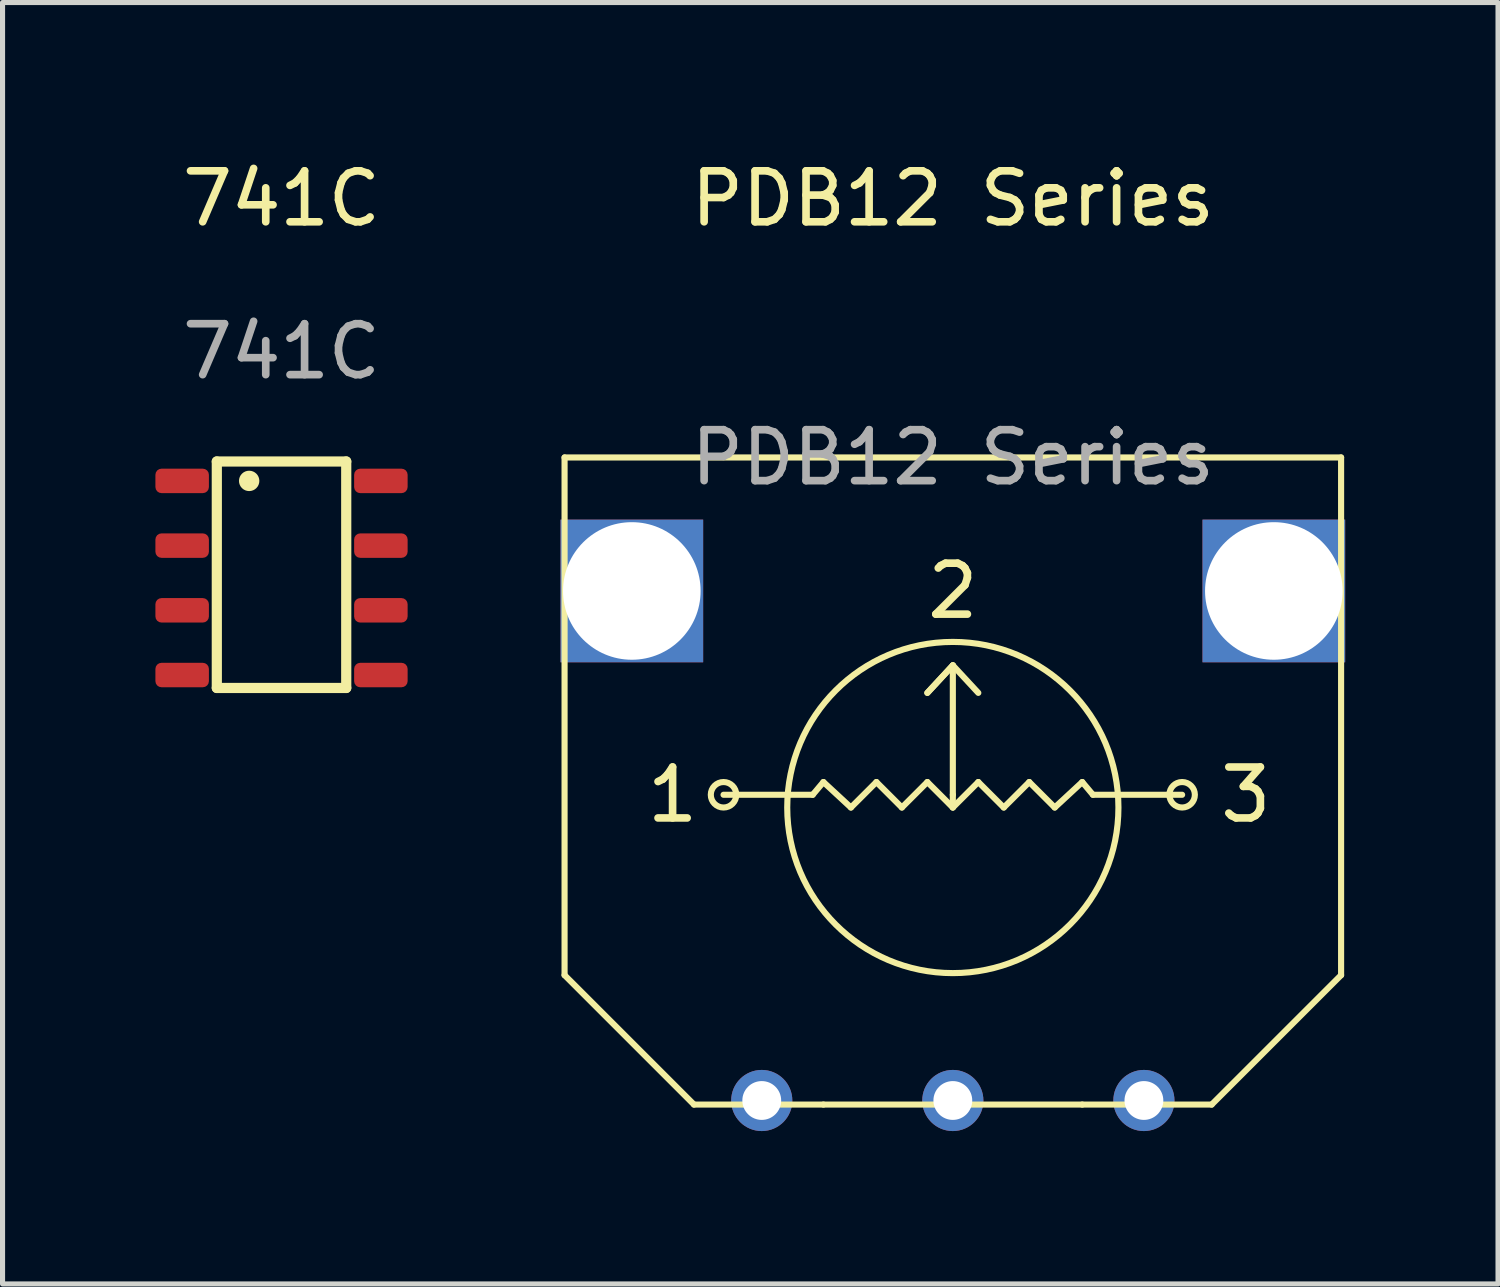
<source format=kicad_pcb>
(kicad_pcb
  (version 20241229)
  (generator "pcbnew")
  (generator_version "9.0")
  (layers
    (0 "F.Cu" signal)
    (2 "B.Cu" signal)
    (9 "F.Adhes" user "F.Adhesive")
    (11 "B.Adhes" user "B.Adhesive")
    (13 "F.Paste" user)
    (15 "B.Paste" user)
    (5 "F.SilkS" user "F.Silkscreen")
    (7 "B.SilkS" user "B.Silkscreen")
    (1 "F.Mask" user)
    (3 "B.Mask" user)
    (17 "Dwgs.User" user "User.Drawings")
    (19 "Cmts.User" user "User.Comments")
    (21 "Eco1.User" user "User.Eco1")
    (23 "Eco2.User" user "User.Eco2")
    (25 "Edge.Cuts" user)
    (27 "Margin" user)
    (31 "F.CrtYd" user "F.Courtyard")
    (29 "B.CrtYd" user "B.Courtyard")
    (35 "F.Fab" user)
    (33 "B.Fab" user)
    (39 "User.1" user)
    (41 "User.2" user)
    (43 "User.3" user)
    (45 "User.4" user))
  (footprint "741C"
    (layer "F.Cu")
    (at 2.475 8.293)
    (property "Reference" "741C" (at 0 -7.445 0) (unlocked yes) (layer "F.SilkS") (effects (font (size 1 1) (thickness 0.15))))
    (attr smd)
    (fp_line (start -1.27 -2.286) (end 1.27 -2.286) (stroke (width 0.2) (type solid)) (layer "F.SilkS"))
    (fp_line (start -1.27 2.159) (end -1.27 -2.286) (stroke (width 0.2) (type solid)) (layer "F.SilkS"))
    (fp_line (start 1.27 -2.286) (end 1.27 2.159) (stroke (width 0.2) (type solid)) (layer "F.SilkS"))
    (fp_line (start 1.27 2.159) (end -1.27 2.159) (stroke (width 0.2) (type solid)) (layer "F.SilkS"))
    (fp_circle (center -0.635 -1.905) (end -0.535 -1.905) (stroke (width 0.2) (type solid)) (fill yes) (layer "F.SilkS"))
    (fp_text user "${REFERENCE}" (at 0 -4.445 0) (unlocked yes) (layer "F.Fab") (effects (font (size 1 1) (thickness 0.15))))
    (pad "1" smd roundrect (at -1.95 -1.905) (size 1.05 0.48) (layers "F.Cu" "F.Mask" "F.Paste") (roundrect_rratio 0.25))
    (pad "2" smd roundrect (at -1.95 -0.635) (size 1.05 0.48) (layers "F.Cu" "F.Mask" "F.Paste") (roundrect_rratio 0.25))
    (pad "3" smd roundrect (at -1.95 0.635) (size 1.05 0.48) (layers "F.Cu" "F.Mask" "F.Paste") (roundrect_rratio 0.25))
    (pad "4" smd roundrect (at -1.95 1.905) (size 1.05 0.48) (layers "F.Cu" "F.Mask" "F.Paste") (roundrect_rratio 0.25))
    (pad "5" smd roundrect (at 1.95 1.905) (size 1.05 0.48) (layers "F.Cu" "F.Mask" "F.Paste") (roundrect_rratio 0.25))
    (pad "6" smd roundrect (at 1.95 0.635) (size 1.05 0.48) (layers "F.Cu" "F.Mask" "F.Paste") (roundrect_rratio 0.25))
    (pad "7" smd roundrect (at 1.95 -0.635) (size 1.05 0.48) (layers "F.Cu" "F.Mask" "F.Paste") (roundrect_rratio 0.25))
    (pad "8" smd roundrect (at 1.95 -1.905) (size 1.05 0.48) (layers "F.Cu" "F.Mask" "F.Paste") (roundrect_rratio 0.25)))
  (footprint "PDB12 Series"
    (layer "F.Cu")
    (at 15.65 13.548)
    (property "Reference" "PDB12 Series" (at 0 -12.7 0) (unlocked yes) (layer "F.SilkS") (effects (font (size 1 1) (thickness 0.15))))
    (attr through_hole)
    (fp_line (start -7.62 -7.62) (end -7.62 2.54) (stroke (width 0.12) (type solid)) (layer "F.SilkS"))
    (fp_line (start -7.62 2.54) (end -5.08 5.08) (stroke (width 0.12) (type solid)) (layer "F.SilkS"))
    (fp_line (start -5.08 5.08) (end -2.54 5.08) (stroke (width 0.12) (type solid)) (layer "F.SilkS"))
    (fp_line (start -2.75 -1) (end -4.5 -1) (stroke (width 0.12) (type solid)) (layer "F.SilkS"))
    (fp_line (start -2.54 -1.25) (end -2.75 -1) (stroke (width 0.12) (type solid)) (layer "F.SilkS"))
    (fp_line (start -2.54 5.08) (end 2.54 5.08) (stroke (width 0.12) (type solid)) (layer "F.SilkS"))
    (fp_line (start -2 -0.75) (end -2.54 -1.25) (stroke (width 0.12) (type solid)) (layer "F.SilkS"))
    (fp_line (start -1.5 -1.25) (end -2 -0.75) (stroke (width 0.12) (type solid)) (layer "F.SilkS"))
    (fp_line (start -1 -0.75) (end -1.5 -1.25) (stroke (width 0.12) (type solid)) (layer "F.SilkS"))
    (fp_line (start -0.5 -3) (end 0 -3.54) (stroke (width 0.12) (type solid)) (layer "F.SilkS"))
    (fp_line (start -0.5 -1.25) (end -1 -0.75) (stroke (width 0.12) (type solid)) (layer "F.SilkS"))
    (fp_line (start 0 -3.54) (end -0.5 -3) (stroke (width 0.12) (type solid)) (layer "F.SilkS"))
    (fp_line (start 0 -3.54) (end 0.5 -3) (stroke (width 0.12) (type solid)) (layer "F.SilkS"))
    (fp_line (start 0 -1) (end 0 -3.54) (stroke (width 0.12) (type solid)) (layer "F.SilkS"))
    (fp_line (start 0 -1) (end 0 -0.75) (stroke (width 0.12) (type solid)) (layer "F.SilkS"))
    (fp_line (start 0 -0.75) (end -0.5 -1.25) (stroke (width 0.12) (type solid)) (layer "F.SilkS"))
    (fp_line (start 0 -0.75) (end 0.5 -1.25) (stroke (width 0.12) (type solid)) (layer "F.SilkS"))
    (fp_line (start 0.5 -1.25) (end 1 -0.75) (stroke (width 0.12) (type solid)) (layer "F.SilkS"))
    (fp_line (start 1 -0.75) (end 1.5 -1.25) (stroke (width 0.12) (type solid)) (layer "F.SilkS"))
    (fp_line (start 1.5 -1.25) (end 2 -0.75) (stroke (width 0.12) (type solid)) (layer "F.SilkS"))
    (fp_line (start 2 -0.75) (end 2.54 -1.25) (stroke (width 0.12) (type solid)) (layer "F.SilkS"))
    (fp_line (start 2.54 -1.25) (end 2.75 -1) (stroke (width 0.12) (type solid)) (layer "F.SilkS"))
    (fp_line (start 2.54 5.08) (end 5.08 5.08) (stroke (width 0.12) (type solid)) (layer "F.SilkS"))
    (fp_line (start 2.75 -1) (end 4.5 -1) (stroke (width 0.12) (type solid)) (layer "F.SilkS"))
    (fp_line (start 5.08 5.08) (end 7.62 2.54) (stroke (width 0.12) (type solid)) (layer "F.SilkS"))
    (fp_line (start 7.62 -7.62) (end -7.62 -7.62) (stroke (width 0.12) (type solid)) (layer "F.SilkS"))
    (fp_line (start 7.62 2.54) (end 7.62 -7.62) (stroke (width 0.12) (type solid)) (layer "F.SilkS"))
    (fp_circle (center -4.5 -1) (end -4.75 -1) (stroke (width 0.12) (type solid)) (fill no) (layer "F.SilkS"))
    (fp_circle (center 0 -0.75) (end 0 -4) (stroke (width 0.12) (type solid)) (fill no) (layer "F.SilkS"))
    (fp_circle (center 4.5 -1) (end 4.75 -1) (stroke (width 0.12) (type solid)) (fill no) (layer "F.SilkS"))
    (fp_text user "1" (at -5.5 -1 0) (unlocked yes) (layer "F.SilkS") (effects (font (size 1 1) (thickness 0.15))))
    (fp_text user "3" (at 5.75 -1 0) (unlocked yes) (layer "F.SilkS") (effects (font (size 1 1) (thickness 0.15))))
    (fp_text user "2" (at 0 -5 0) (unlocked yes) (layer "F.SilkS") (effects (font (size 1 1) (thickness 0.15))))
    (fp_text user "${REFERENCE}" (at 0 -7.62 0) (unlocked yes) (layer "F.Fab") (effects (font (size 1 1) (thickness 0.15))))
    (pad "" np_thru_hole rect (at -6.3 -5) (size 2.8 2.8) (drill 2.7) (layers "*.Cu" "*.Mask"))
    (pad "" np_thru_hole rect (at 6.3 -5) (size 2.8 2.8) (drill 2.7) (layers "*.Cu" "*.Mask"))
    (pad "1" thru_hole circle (at -3.75 5) (size 1.2 1.2) (drill 0.762) (layers "*.Cu" "*.Mask"))
    (pad "2" thru_hole circle (at 0 5) (size 1.2 1.2) (drill 0.762) (layers "*.Cu" "*.Mask"))
    (pad "3" thru_hole circle (at 3.75 5) (size 1.2 1.2) (drill 0.762) (layers "*.Cu" "*.Mask")))
  (gr_rect
    (start -3 -3)
    (end 26.35 22.148)
    (stroke (width 0.1) (type default))
    (fill no)
    (layer "Edge.Cuts")))
</source>
